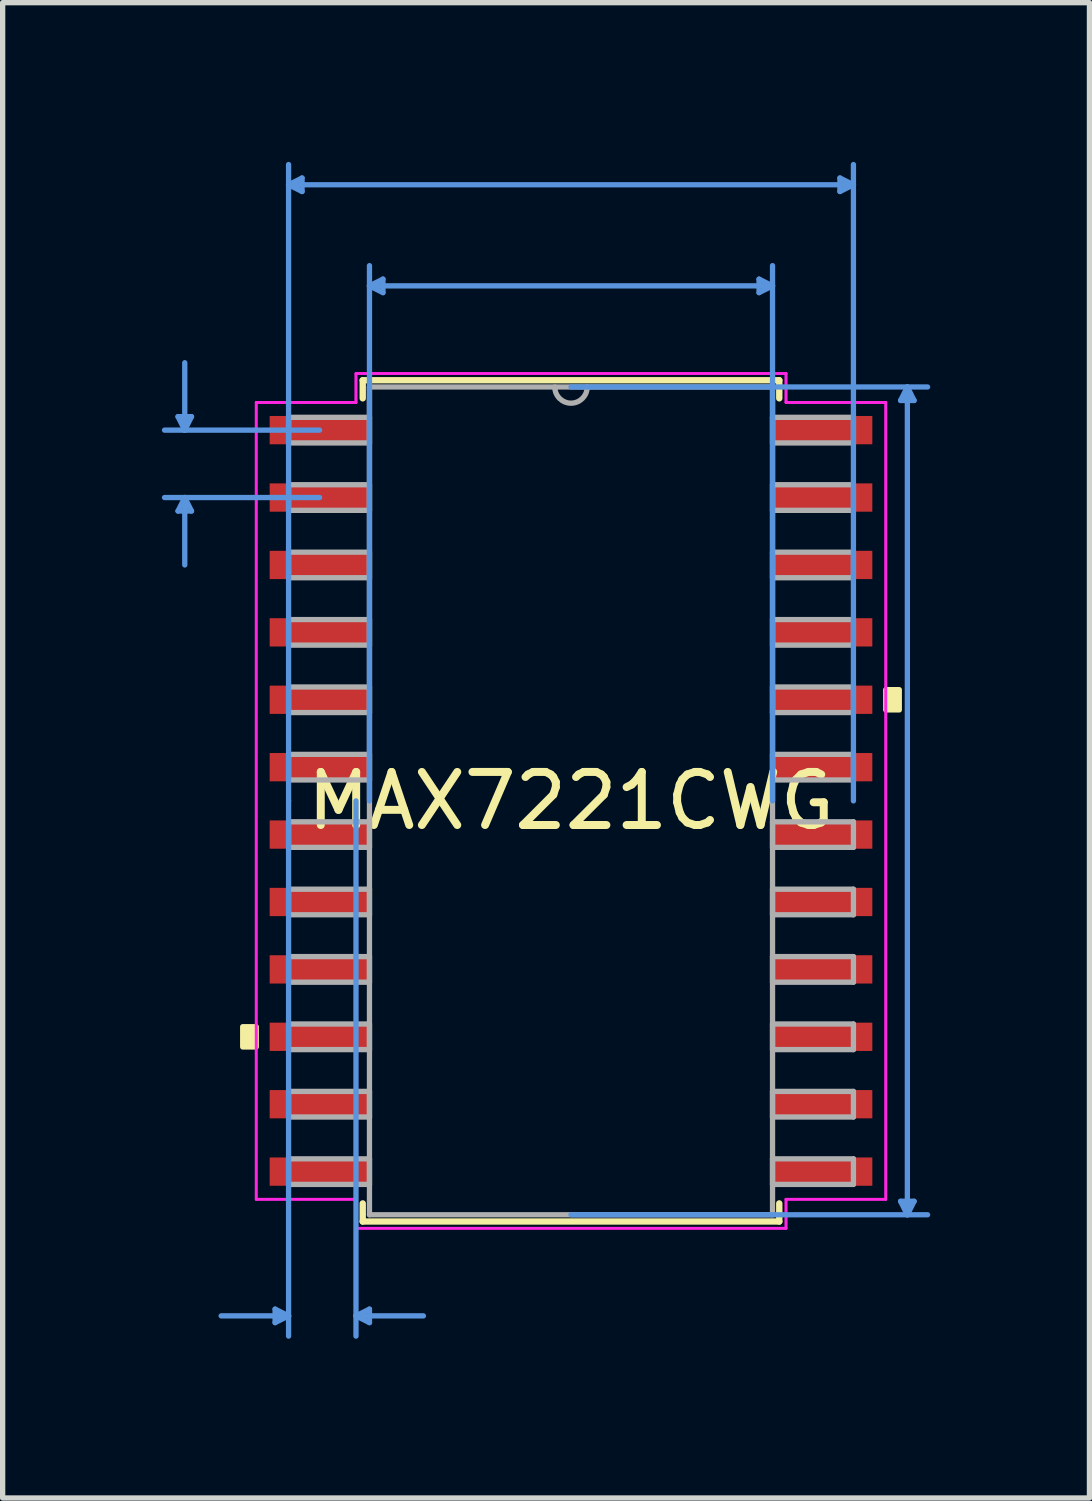
<source format=kicad_pcb>
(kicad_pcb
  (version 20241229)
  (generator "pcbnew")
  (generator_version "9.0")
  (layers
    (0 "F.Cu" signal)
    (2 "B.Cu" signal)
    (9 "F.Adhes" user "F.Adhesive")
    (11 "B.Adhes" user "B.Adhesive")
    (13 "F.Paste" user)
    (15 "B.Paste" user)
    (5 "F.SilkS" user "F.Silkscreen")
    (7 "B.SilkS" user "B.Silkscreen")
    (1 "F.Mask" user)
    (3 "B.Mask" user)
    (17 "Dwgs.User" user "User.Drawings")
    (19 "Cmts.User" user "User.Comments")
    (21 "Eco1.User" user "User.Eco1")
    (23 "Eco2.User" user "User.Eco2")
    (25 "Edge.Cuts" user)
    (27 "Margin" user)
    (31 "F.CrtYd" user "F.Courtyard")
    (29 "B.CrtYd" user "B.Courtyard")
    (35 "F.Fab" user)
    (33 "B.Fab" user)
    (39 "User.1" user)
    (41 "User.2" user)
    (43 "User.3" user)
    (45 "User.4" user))
  (footprint "MAX7221CWG"
    (layer "F.Cu")
    (at 7.708 12.039)
    (property "Reference" "MAX7221CWG" (at 0 0 0) (layer "F.SilkS") (effects (font (size 1 1) (thickness 0.15))))
    (attr through_hole)
    (fp_line (start -3.924 -7.925) (end -3.924 -7.584) (stroke (width 0.12) (type solid)) (layer "F.SilkS"))
    (fp_line (start -3.924 7.584) (end -3.924 7.925) (stroke (width 0.12) (type solid)) (layer "F.SilkS"))
    (fp_line (start -3.924 7.925) (end 3.924 7.925) (stroke (width 0.12) (type solid)) (layer "F.SilkS"))
    (fp_line (start 3.924 -7.925) (end -3.924 -7.925) (stroke (width 0.12) (type solid)) (layer "F.SilkS"))
    (fp_line (start 3.924 -7.584) (end 3.924 -7.925) (stroke (width 0.12) (type solid)) (layer "F.SilkS"))
    (fp_line (start 3.924 7.925) (end 3.924 7.584) (stroke (width 0.12) (type solid)) (layer "F.SilkS"))
    (fp_poly (pts (xy -6.185 4.255) (xy -6.185 4.636) (xy -5.931 4.636) (xy -5.931 4.255)) (stroke (width 0.1) (type solid)) (fill yes) (layer "F.SilkS"))
    (fp_poly (pts (xy 6.185 -2.095) (xy 6.185 -1.714) (xy 5.931 -1.714) (xy 5.931 -2.095)) (stroke (width 0.1) (type solid)) (fill yes) (layer "F.SilkS"))
    (fp_line (start -7.404 -7.239) (end -7.15 -7.239) (stroke (width 0.1) (type solid)) (layer "Cmts.User"))
    (fp_line (start -7.404 -5.461) (end -7.15 -5.461) (stroke (width 0.1) (type solid)) (layer "Cmts.User"))
    (fp_line (start -7.277 -6.985) (end -7.404 -7.239) (stroke (width 0.1) (type solid)) (layer "Cmts.User"))
    (fp_line (start -7.277 -6.985) (end -7.277 -8.255) (stroke (width 0.1) (type solid)) (layer "Cmts.User"))
    (fp_line (start -7.277 -6.985) (end -7.15 -7.239) (stroke (width 0.1) (type solid)) (layer "Cmts.User"))
    (fp_line (start -7.277 -5.715) (end -7.404 -5.461) (stroke (width 0.1) (type solid)) (layer "Cmts.User"))
    (fp_line (start -7.277 -5.715) (end -7.277 -4.445) (stroke (width 0.1) (type solid)) (layer "Cmts.User"))
    (fp_line (start -7.277 -5.715) (end -7.15 -5.461) (stroke (width 0.1) (type solid)) (layer "Cmts.User"))
    (fp_line (start -5.575 9.576) (end -5.575 9.83) (stroke (width 0.1) (type solid)) (layer "Cmts.User"))
    (fp_line (start -5.321 -11.608) (end -5.067 -11.735) (stroke (width 0.1) (type solid)) (layer "Cmts.User"))
    (fp_line (start -5.321 -11.608) (end -5.067 -11.481) (stroke (width 0.1) (type solid)) (layer "Cmts.User"))
    (fp_line (start -5.321 -11.608) (end 5.321 -11.608) (stroke (width 0.1) (type solid)) (layer "Cmts.User"))
    (fp_line (start -5.321 0) (end -5.321 -11.989) (stroke (width 0.1) (type solid)) (layer "Cmts.User"))
    (fp_line (start -5.321 0) (end -5.321 10.084) (stroke (width 0.1) (type solid)) (layer "Cmts.User"))
    (fp_line (start -5.321 9.703) (end -6.591 9.703) (stroke (width 0.1) (type solid)) (layer "Cmts.User"))
    (fp_line (start -5.321 9.703) (end -5.575 9.576) (stroke (width 0.1) (type solid)) (layer "Cmts.User"))
    (fp_line (start -5.321 9.703) (end -5.575 9.83) (stroke (width 0.1) (type solid)) (layer "Cmts.User"))
    (fp_line (start -5.067 -11.735) (end -5.067 -11.481) (stroke (width 0.1) (type solid)) (layer "Cmts.User"))
    (fp_line (start -4.737 -6.985) (end -7.658 -6.985) (stroke (width 0.1) (type solid)) (layer "Cmts.User"))
    (fp_line (start -4.737 -5.715) (end -7.658 -5.715) (stroke (width 0.1) (type solid)) (layer "Cmts.User"))
    (fp_line (start -4.051 0) (end -4.051 10.084) (stroke (width 0.1) (type solid)) (layer "Cmts.User"))
    (fp_line (start -4.051 9.703) (end -3.797 9.576) (stroke (width 0.1) (type solid)) (layer "Cmts.User"))
    (fp_line (start -4.051 9.703) (end -3.797 9.83) (stroke (width 0.1) (type solid)) (layer "Cmts.User"))
    (fp_line (start -4.051 9.703) (end -2.781 9.703) (stroke (width 0.1) (type solid)) (layer "Cmts.User"))
    (fp_line (start -3.797 -9.703) (end -3.543 -9.83) (stroke (width 0.1) (type solid)) (layer "Cmts.User"))
    (fp_line (start -3.797 -9.703) (end -3.543 -9.576) (stroke (width 0.1) (type solid)) (layer "Cmts.User"))
    (fp_line (start -3.797 -9.703) (end 3.797 -9.703) (stroke (width 0.1) (type solid)) (layer "Cmts.User"))
    (fp_line (start -3.797 0) (end -3.797 -10.084) (stroke (width 0.1) (type solid)) (layer "Cmts.User"))
    (fp_line (start -3.797 9.576) (end -3.797 9.83) (stroke (width 0.1) (type solid)) (layer "Cmts.User"))
    (fp_line (start -3.543 -9.83) (end -3.543 -9.576) (stroke (width 0.1) (type solid)) (layer "Cmts.User"))
    (fp_line (start 0 -7.798) (end 6.718 -7.798) (stroke (width 0.1) (type solid)) (layer "Cmts.User"))
    (fp_line (start 0 7.798) (end 6.718 7.798) (stroke (width 0.1) (type solid)) (layer "Cmts.User"))
    (fp_line (start 3.543 -9.83) (end 3.543 -9.576) (stroke (width 0.1) (type solid)) (layer "Cmts.User"))
    (fp_line (start 3.797 -9.703) (end 3.543 -9.83) (stroke (width 0.1) (type solid)) (layer "Cmts.User"))
    (fp_line (start 3.797 -9.703) (end 3.543 -9.576) (stroke (width 0.1) (type solid)) (layer "Cmts.User"))
    (fp_line (start 3.797 0) (end 3.797 -10.084) (stroke (width 0.1) (type solid)) (layer "Cmts.User"))
    (fp_line (start 5.067 -11.735) (end 5.067 -11.481) (stroke (width 0.1) (type solid)) (layer "Cmts.User"))
    (fp_line (start 5.321 -11.608) (end 5.067 -11.735) (stroke (width 0.1) (type solid)) (layer "Cmts.User"))
    (fp_line (start 5.321 -11.608) (end 5.067 -11.481) (stroke (width 0.1) (type solid)) (layer "Cmts.User"))
    (fp_line (start 5.321 0) (end 5.321 -11.989) (stroke (width 0.1) (type solid)) (layer "Cmts.User"))
    (fp_line (start 6.21 -7.544) (end 6.464 -7.544) (stroke (width 0.1) (type solid)) (layer "Cmts.User"))
    (fp_line (start 6.21 7.544) (end 6.464 7.544) (stroke (width 0.1) (type solid)) (layer "Cmts.User"))
    (fp_line (start 6.337 -7.798) (end 6.21 -7.544) (stroke (width 0.1) (type solid)) (layer "Cmts.User"))
    (fp_line (start 6.337 -7.798) (end 6.337 7.798) (stroke (width 0.1) (type solid)) (layer "Cmts.User"))
    (fp_line (start 6.337 -7.798) (end 6.464 -7.544) (stroke (width 0.1) (type solid)) (layer "Cmts.User"))
    (fp_line (start 6.337 7.798) (end 6.21 7.544) (stroke (width 0.1) (type solid)) (layer "Cmts.User"))
    (fp_line (start 6.337 7.798) (end 6.464 7.544) (stroke (width 0.1) (type solid)) (layer "Cmts.User"))
    (fp_line (start -5.931 -7.506) (end -4.051 -7.506) (stroke (width 0.05) (type solid)) (layer "F.CrtYd"))
    (fp_line (start -5.931 -7.506) (end -4.051 -7.506) (stroke (width 0.05) (type solid)) (layer "F.CrtYd"))
    (fp_line (start -5.931 7.506) (end -5.931 -7.506) (stroke (width 0.05) (type solid)) (layer "F.CrtYd"))
    (fp_line (start -5.931 7.506) (end -5.931 -7.506) (stroke (width 0.05) (type solid)) (layer "F.CrtYd"))
    (fp_line (start -5.931 7.506) (end -4.051 7.506) (stroke (width 0.05) (type solid)) (layer "F.CrtYd"))
    (fp_line (start -4.051 -8.052) (end 4.051 -8.052) (stroke (width 0.05) (type solid)) (layer "F.CrtYd"))
    (fp_line (start -4.051 -8.052) (end 4.051 -8.052) (stroke (width 0.05) (type solid)) (layer "F.CrtYd"))
    (fp_line (start -4.051 -7.506) (end -4.051 -8.052) (stroke (width 0.05) (type solid)) (layer "F.CrtYd"))
    (fp_line (start -4.051 -7.506) (end -4.051 -8.052) (stroke (width 0.05) (type solid)) (layer "F.CrtYd"))
    (fp_line (start -4.051 7.506) (end -5.931 7.506) (stroke (width 0.05) (type solid)) (layer "F.CrtYd"))
    (fp_line (start -4.051 8.052) (end -4.051 7.506) (stroke (width 0.05) (type solid)) (layer "F.CrtYd"))
    (fp_line (start -4.051 8.052) (end -4.051 7.506) (stroke (width 0.05) (type solid)) (layer "F.CrtYd"))
    (fp_line (start 4.051 -8.052) (end 4.051 -7.506) (stroke (width 0.05) (type solid)) (layer "F.CrtYd"))
    (fp_line (start 4.051 -8.052) (end 4.051 -7.506) (stroke (width 0.05) (type solid)) (layer "F.CrtYd"))
    (fp_line (start 4.051 -7.506) (end 5.931 -7.506) (stroke (width 0.05) (type solid)) (layer "F.CrtYd"))
    (fp_line (start 4.051 7.506) (end 4.051 8.052) (stroke (width 0.05) (type solid)) (layer "F.CrtYd"))
    (fp_line (start 4.051 7.506) (end 4.051 8.052) (stroke (width 0.05) (type solid)) (layer "F.CrtYd"))
    (fp_line (start 4.051 8.052) (end -4.051 8.052) (stroke (width 0.05) (type solid)) (layer "F.CrtYd"))
    (fp_line (start 4.051 8.052) (end -4.051 8.052) (stroke (width 0.05) (type solid)) (layer "F.CrtYd"))
    (fp_line (start 5.931 -7.506) (end 4.051 -7.506) (stroke (width 0.05) (type solid)) (layer "F.CrtYd"))
    (fp_line (start 5.931 -7.506) (end 5.931 7.506) (stroke (width 0.05) (type solid)) (layer "F.CrtYd"))
    (fp_line (start 5.931 -7.506) (end 5.931 7.506) (stroke (width 0.05) (type solid)) (layer "F.CrtYd"))
    (fp_line (start 5.931 7.506) (end 4.051 7.506) (stroke (width 0.05) (type solid)) (layer "F.CrtYd"))
    (fp_line (start 5.931 7.506) (end 4.051 7.506) (stroke (width 0.05) (type solid)) (layer "F.CrtYd"))
    (fp_line (start -5.321 -7.226) (end -5.321 -6.744) (stroke (width 0.1) (type solid)) (layer "F.Fab"))
    (fp_line (start -5.321 -6.744) (end -3.797 -6.744) (stroke (width 0.1) (type solid)) (layer "F.Fab"))
    (fp_line (start -5.321 -5.956) (end -5.321 -5.474) (stroke (width 0.1) (type solid)) (layer "F.Fab"))
    (fp_line (start -5.321 -5.474) (end -3.797 -5.474) (stroke (width 0.1) (type solid)) (layer "F.Fab"))
    (fp_line (start -5.321 -4.686) (end -5.321 -4.204) (stroke (width 0.1) (type solid)) (layer "F.Fab"))
    (fp_line (start -5.321 -4.204) (end -3.797 -4.204) (stroke (width 0.1) (type solid)) (layer "F.Fab"))
    (fp_line (start -5.321 -3.416) (end -5.321 -2.934) (stroke (width 0.1) (type solid)) (layer "F.Fab"))
    (fp_line (start -5.321 -2.934) (end -3.797 -2.934) (stroke (width 0.1) (type solid)) (layer "F.Fab"))
    (fp_line (start -5.321 -2.146) (end -5.321 -1.664) (stroke (width 0.1) (type solid)) (layer "F.Fab"))
    (fp_line (start -5.321 -1.664) (end -3.797 -1.664) (stroke (width 0.1) (type solid)) (layer "F.Fab"))
    (fp_line (start -5.321 -0.876) (end -5.321 -0.394) (stroke (width 0.1) (type solid)) (layer "F.Fab"))
    (fp_line (start -5.321 -0.394) (end -3.797 -0.394) (stroke (width 0.1) (type solid)) (layer "F.Fab"))
    (fp_line (start -5.321 0.394) (end -5.321 0.876) (stroke (width 0.1) (type solid)) (layer "F.Fab"))
    (fp_line (start -5.321 0.876) (end -3.797 0.876) (stroke (width 0.1) (type solid)) (layer "F.Fab"))
    (fp_line (start -5.321 1.664) (end -5.321 2.146) (stroke (width 0.1) (type solid)) (layer "F.Fab"))
    (fp_line (start -5.321 2.146) (end -3.797 2.146) (stroke (width 0.1) (type solid)) (layer "F.Fab"))
    (fp_line (start -5.321 2.934) (end -5.321 3.416) (stroke (width 0.1) (type solid)) (layer "F.Fab"))
    (fp_line (start -5.321 3.416) (end -3.797 3.416) (stroke (width 0.1) (type solid)) (layer "F.Fab"))
    (fp_line (start -5.321 4.204) (end -5.321 4.686) (stroke (width 0.1) (type solid)) (layer "F.Fab"))
    (fp_line (start -5.321 4.686) (end -3.797 4.686) (stroke (width 0.1) (type solid)) (layer "F.Fab"))
    (fp_line (start -5.321 5.474) (end -5.321 5.956) (stroke (width 0.1) (type solid)) (layer "F.Fab"))
    (fp_line (start -5.321 5.956) (end -3.797 5.956) (stroke (width 0.1) (type solid)) (layer "F.Fab"))
    (fp_line (start -5.321 6.744) (end -5.321 7.226) (stroke (width 0.1) (type solid)) (layer "F.Fab"))
    (fp_line (start -5.321 7.226) (end -3.797 7.226) (stroke (width 0.1) (type solid)) (layer "F.Fab"))
    (fp_line (start -3.797 -7.798) (end -3.797 7.798) (stroke (width 0.1) (type solid)) (layer "F.Fab"))
    (fp_line (start -3.797 -7.226) (end -5.321 -7.226) (stroke (width 0.1) (type solid)) (layer "F.Fab"))
    (fp_line (start -3.797 -6.744) (end -3.797 -7.226) (stroke (width 0.1) (type solid)) (layer "F.Fab"))
    (fp_line (start -3.797 -5.956) (end -5.321 -5.956) (stroke (width 0.1) (type solid)) (layer "F.Fab"))
    (fp_line (start -3.797 -5.474) (end -3.797 -5.956) (stroke (width 0.1) (type solid)) (layer "F.Fab"))
    (fp_line (start -3.797 -4.686) (end -5.321 -4.686) (stroke (width 0.1) (type solid)) (layer "F.Fab"))
    (fp_line (start -3.797 -4.204) (end -3.797 -4.686) (stroke (width 0.1) (type solid)) (layer "F.Fab"))
    (fp_line (start -3.797 -3.416) (end -5.321 -3.416) (stroke (width 0.1) (type solid)) (layer "F.Fab"))
    (fp_line (start -3.797 -2.934) (end -3.797 -3.416) (stroke (width 0.1) (type solid)) (layer "F.Fab"))
    (fp_line (start -3.797 -2.146) (end -5.321 -2.146) (stroke (width 0.1) (type solid)) (layer "F.Fab"))
    (fp_line (start -3.797 -1.664) (end -3.797 -2.146) (stroke (width 0.1) (type solid)) (layer "F.Fab"))
    (fp_line (start -3.797 -0.876) (end -5.321 -0.876) (stroke (width 0.1) (type solid)) (layer "F.Fab"))
    (fp_line (start -3.797 -0.394) (end -3.797 -0.876) (stroke (width 0.1) (type solid)) (layer "F.Fab"))
    (fp_line (start -3.797 0.394) (end -5.321 0.394) (stroke (width 0.1) (type solid)) (layer "F.Fab"))
    (fp_line (start -3.797 0.876) (end -3.797 0.394) (stroke (width 0.1) (type solid)) (layer "F.Fab"))
    (fp_line (start -3.797 1.664) (end -5.321 1.664) (stroke (width 0.1) (type solid)) (layer "F.Fab"))
    (fp_line (start -3.797 2.146) (end -3.797 1.664) (stroke (width 0.1) (type solid)) (layer "F.Fab"))
    (fp_line (start -3.797 2.934) (end -5.321 2.934) (stroke (width 0.1) (type solid)) (layer "F.Fab"))
    (fp_line (start -3.797 3.416) (end -3.797 2.934) (stroke (width 0.1) (type solid)) (layer "F.Fab"))
    (fp_line (start -3.797 4.204) (end -5.321 4.204) (stroke (width 0.1) (type solid)) (layer "F.Fab"))
    (fp_line (start -3.797 4.686) (end -3.797 4.204) (stroke (width 0.1) (type solid)) (layer "F.Fab"))
    (fp_line (start -3.797 5.474) (end -5.321 5.474) (stroke (width 0.1) (type solid)) (layer "F.Fab"))
    (fp_line (start -3.797 5.956) (end -3.797 5.474) (stroke (width 0.1) (type solid)) (layer "F.Fab"))
    (fp_line (start -3.797 6.744) (end -5.321 6.744) (stroke (width 0.1) (type solid)) (layer "F.Fab"))
    (fp_line (start -3.797 7.226) (end -3.797 6.744) (stroke (width 0.1) (type solid)) (layer "F.Fab"))
    (fp_line (start -3.797 7.798) (end 3.797 7.798) (stroke (width 0.1) (type solid)) (layer "F.Fab"))
    (fp_line (start 3.797 -7.798) (end -3.797 -7.798) (stroke (width 0.1) (type solid)) (layer "F.Fab"))
    (fp_line (start 3.797 -7.226) (end 3.797 -6.744) (stroke (width 0.1) (type solid)) (layer "F.Fab"))
    (fp_line (start 3.797 -6.744) (end 5.321 -6.744) (stroke (width 0.1) (type solid)) (layer "F.Fab"))
    (fp_line (start 3.797 -5.956) (end 3.797 -5.474) (stroke (width 0.1) (type solid)) (layer "F.Fab"))
    (fp_line (start 3.797 -5.474) (end 5.321 -5.474) (stroke (width 0.1) (type solid)) (layer "F.Fab"))
    (fp_line (start 3.797 -4.686) (end 3.797 -4.204) (stroke (width 0.1) (type solid)) (layer "F.Fab"))
    (fp_line (start 3.797 -4.204) (end 5.321 -4.204) (stroke (width 0.1) (type solid)) (layer "F.Fab"))
    (fp_line (start 3.797 -3.416) (end 3.797 -2.934) (stroke (width 0.1) (type solid)) (layer "F.Fab"))
    (fp_line (start 3.797 -2.934) (end 5.321 -2.934) (stroke (width 0.1) (type solid)) (layer "F.Fab"))
    (fp_line (start 3.797 -2.146) (end 3.797 -1.664) (stroke (width 0.1) (type solid)) (layer "F.Fab"))
    (fp_line (start 3.797 -1.664) (end 5.321 -1.664) (stroke (width 0.1) (type solid)) (layer "F.Fab"))
    (fp_line (start 3.797 -0.876) (end 3.797 -0.394) (stroke (width 0.1) (type solid)) (layer "F.Fab"))
    (fp_line (start 3.797 -0.394) (end 5.321 -0.394) (stroke (width 0.1) (type solid)) (layer "F.Fab"))
    (fp_line (start 3.797 0.394) (end 3.797 0.876) (stroke (width 0.1) (type solid)) (layer "F.Fab"))
    (fp_line (start 3.797 0.876) (end 5.321 0.876) (stroke (width 0.1) (type solid)) (layer "F.Fab"))
    (fp_line (start 3.797 1.664) (end 3.797 2.146) (stroke (width 0.1) (type solid)) (layer "F.Fab"))
    (fp_line (start 3.797 2.146) (end 5.321 2.146) (stroke (width 0.1) (type solid)) (layer "F.Fab"))
    (fp_line (start 3.797 2.934) (end 3.797 3.416) (stroke (width 0.1) (type solid)) (layer "F.Fab"))
    (fp_line (start 3.797 3.416) (end 5.321 3.416) (stroke (width 0.1) (type solid)) (layer "F.Fab"))
    (fp_line (start 3.797 4.204) (end 3.797 4.686) (stroke (width 0.1) (type solid)) (layer "F.Fab"))
    (fp_line (start 3.797 4.686) (end 5.321 4.686) (stroke (width 0.1) (type solid)) (layer "F.Fab"))
    (fp_line (start 3.797 5.474) (end 3.797 5.956) (stroke (width 0.1) (type solid)) (layer "F.Fab"))
    (fp_line (start 3.797 5.956) (end 5.321 5.956) (stroke (width 0.1) (type solid)) (layer "F.Fab"))
    (fp_line (start 3.797 6.744) (end 3.797 7.226) (stroke (width 0.1) (type solid)) (layer "F.Fab"))
    (fp_line (start 3.797 7.226) (end 5.321 7.226) (stroke (width 0.1) (type solid)) (layer "F.Fab"))
    (fp_line (start 3.797 7.798) (end 3.797 -7.798) (stroke (width 0.1) (type solid)) (layer "F.Fab"))
    (fp_line (start 5.321 -7.226) (end 3.797 -7.226) (stroke (width 0.1) (type solid)) (layer "F.Fab"))
    (fp_line (start 5.321 -6.744) (end 5.321 -7.226) (stroke (width 0.1) (type solid)) (layer "F.Fab"))
    (fp_line (start 5.321 -5.956) (end 3.797 -5.956) (stroke (width 0.1) (type solid)) (layer "F.Fab"))
    (fp_line (start 5.321 -5.474) (end 5.321 -5.956) (stroke (width 0.1) (type solid)) (layer "F.Fab"))
    (fp_line (start 5.321 -4.686) (end 3.797 -4.686) (stroke (width 0.1) (type solid)) (layer "F.Fab"))
    (fp_line (start 5.321 -4.204) (end 5.321 -4.686) (stroke (width 0.1) (type solid)) (layer "F.Fab"))
    (fp_line (start 5.321 -3.416) (end 3.797 -3.416) (stroke (width 0.1) (type solid)) (layer "F.Fab"))
    (fp_line (start 5.321 -2.934) (end 5.321 -3.416) (stroke (width 0.1) (type solid)) (layer "F.Fab"))
    (fp_line (start 5.321 -2.146) (end 3.797 -2.146) (stroke (width 0.1) (type solid)) (layer "F.Fab"))
    (fp_line (start 5.321 -1.664) (end 5.321 -2.146) (stroke (width 0.1) (type solid)) (layer "F.Fab"))
    (fp_line (start 5.321 -0.876) (end 3.797 -0.876) (stroke (width 0.1) (type solid)) (layer "F.Fab"))
    (fp_line (start 5.321 -0.394) (end 5.321 -0.876) (stroke (width 0.1) (type solid)) (layer "F.Fab"))
    (fp_line (start 5.321 0.394) (end 3.797 0.394) (stroke (width 0.1) (type solid)) (layer "F.Fab"))
    (fp_line (start 5.321 0.876) (end 5.321 0.394) (stroke (width 0.1) (type solid)) (layer "F.Fab"))
    (fp_line (start 5.321 1.664) (end 3.797 1.664) (stroke (width 0.1) (type solid)) (layer "F.Fab"))
    (fp_line (start 5.321 2.146) (end 5.321 1.664) (stroke (width 0.1) (type solid)) (layer "F.Fab"))
    (fp_line (start 5.321 2.934) (end 3.797 2.934) (stroke (width 0.1) (type solid)) (layer "F.Fab"))
    (fp_line (start 5.321 3.416) (end 5.321 2.934) (stroke (width 0.1) (type solid)) (layer "F.Fab"))
    (fp_line (start 5.321 4.204) (end 3.797 4.204) (stroke (width 0.1) (type solid)) (layer "F.Fab"))
    (fp_line (start 5.321 4.686) (end 5.321 4.204) (stroke (width 0.1) (type solid)) (layer "F.Fab"))
    (fp_line (start 5.321 5.474) (end 3.797 5.474) (stroke (width 0.1) (type solid)) (layer "F.Fab"))
    (fp_line (start 5.321 5.956) (end 5.321 5.474) (stroke (width 0.1) (type solid)) (layer "F.Fab"))
    (fp_line (start 5.321 6.744) (end 3.797 6.744) (stroke (width 0.1) (type solid)) (layer "F.Fab"))
    (fp_line (start 5.321 7.226) (end 5.321 6.744) (stroke (width 0.1) (type solid)) (layer "F.Fab"))
    (fp_arc (start 0.3048 -7.7978) (mid 0 -7.493) (end -0.3048 -7.7978) (stroke (width 0.1) (type solid)) (layer "F.Fab"))
    (pad "1" smd rect (at -4.737 -6.985) (size 1.88 0.533) (layers "F.Cu" "F.Mask" "F.Paste"))
    (pad "2" smd rect (at -4.737 -5.715) (size 1.88 0.533) (layers "F.Cu" "F.Mask" "F.Paste"))
    (pad "3" smd rect (at -4.737 -4.445) (size 1.88 0.533) (layers "F.Cu" "F.Mask" "F.Paste"))
    (pad "4" smd rect (at -4.737 -3.175) (size 1.88 0.533) (layers "F.Cu" "F.Mask" "F.Paste"))
    (pad "5" smd rect (at -4.737 -1.905) (size 1.88 0.533) (layers "F.Cu" "F.Mask" "F.Paste"))
    (pad "6" smd rect (at -4.737 -0.635) (size 1.88 0.533) (layers "F.Cu" "F.Mask" "F.Paste"))
    (pad "7" smd rect (at -4.737 0.635) (size 1.88 0.533) (layers "F.Cu" "F.Mask" "F.Paste"))
    (pad "8" smd rect (at -4.737 1.905) (size 1.88 0.533) (layers "F.Cu" "F.Mask" "F.Paste"))
    (pad "9" smd rect (at -4.737 3.175) (size 1.88 0.533) (layers "F.Cu" "F.Mask" "F.Paste"))
    (pad "10" smd rect (at -4.737 4.445) (size 1.88 0.533) (layers "F.Cu" "F.Mask" "F.Paste"))
    (pad "11" smd rect (at -4.737 5.715) (size 1.88 0.533) (layers "F.Cu" "F.Mask" "F.Paste"))
    (pad "12" smd rect (at -4.737 6.985) (size 1.88 0.533) (layers "F.Cu" "F.Mask" "F.Paste"))
    (pad "13" smd rect (at 4.737 6.985) (size 1.88 0.533) (layers "F.Cu" "F.Mask" "F.Paste"))
    (pad "14" smd rect (at 4.737 5.715) (size 1.88 0.533) (layers "F.Cu" "F.Mask" "F.Paste"))
    (pad "15" smd rect (at 4.737 4.445) (size 1.88 0.533) (layers "F.Cu" "F.Mask" "F.Paste"))
    (pad "16" smd rect (at 4.737 3.175) (size 1.88 0.533) (layers "F.Cu" "F.Mask" "F.Paste"))
    (pad "17" smd rect (at 4.737 1.905) (size 1.88 0.533) (layers "F.Cu" "F.Mask" "F.Paste"))
    (pad "18" smd rect (at 4.737 0.635) (size 1.88 0.533) (layers "F.Cu" "F.Mask" "F.Paste"))
    (pad "19" smd rect (at 4.737 -0.635) (size 1.88 0.533) (layers "F.Cu" "F.Mask" "F.Paste"))
    (pad "20" smd rect (at 4.737 -1.905) (size 1.88 0.533) (layers "F.Cu" "F.Mask" "F.Paste"))
    (pad "21" smd rect (at 4.737 -3.175) (size 1.88 0.533) (layers "F.Cu" "F.Mask" "F.Paste"))
    (pad "22" smd rect (at 4.737 -4.445) (size 1.88 0.533) (layers "F.Cu" "F.Mask" "F.Paste"))
    (pad "23" smd rect (at 4.737 -5.715) (size 1.88 0.533) (layers "F.Cu" "F.Mask" "F.Paste"))
    (pad "24" smd rect (at 4.737 -6.985) (size 1.88 0.533) (layers "F.Cu" "F.Mask" "F.Paste")))
  (gr_rect
    (start -3 -3)
    (end 17.476 25.173)
    (stroke (width 0.1) (type default))
    (fill no)
    (layer "Edge.Cuts")))
</source>
